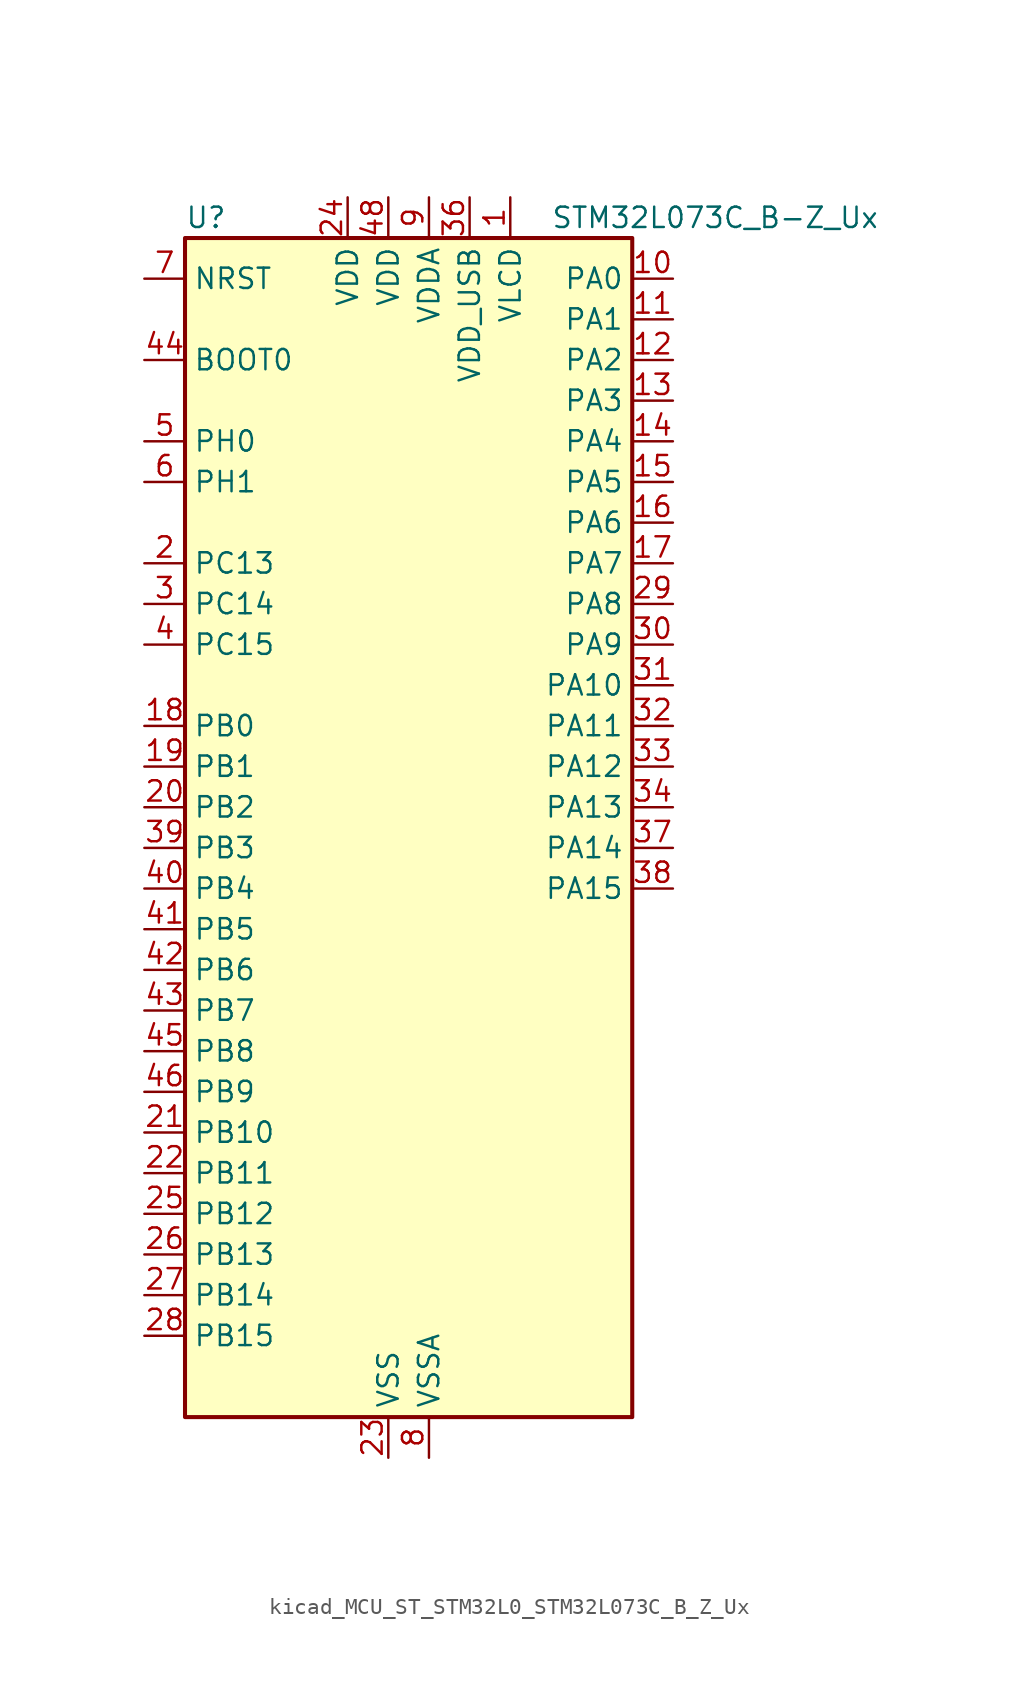
<source format=kicad_sym>
(kicad_symbol_lib
  (version 20220914)
  (generator kicad_symbol_editor)
  (symbol "kicad_MCU_ST_STM32L0_STM32L073C_B_Z_Ux"
    (property "Reference" "U"
      (at -12.7 39.37 0)
      (effects (font (size 1.27 1.27)) (justify left)))
    (property "Value" "STM32L073C_B-Z_Ux"
      (at 10.16 39.37 0)
      (effects (font (size 1.27 1.27)) (justify left)))
    (property "ki_locked" ""
      (at 0 0 0)
      (effects (font (size 1.27 1.27))))
    (symbol "kicad_MCU_ST_STM32L0_STM32L073C_B_Z_Ux_0_1"
      (rectangle (start -12.7 -35.56) (end 15.24 38.1) (stroke (width 0.254) (type default)) (fill (type background))))
    (symbol "kicad_MCU_ST_STM32L0_STM32L073C_B_Z_Ux_1_1"
      (pin power_in line (at 7.62 40.64 270) (length 2.54) (name "VLCD" (effects (font (size 1.27 1.27)))) (number "1" (effects (font (size 1.27 1.27)))))
      (pin bidirectional line (at 17.78 35.56 180) (length 2.54) (name "PA0" (effects (font (size 1.27 1.27)))) (number "10" (effects (font (size 1.27 1.27)))) (alternate "ADC_IN0" bidirectional line) (alternate "COMP1_INM" bidirectional line) (alternate "COMP1_OUT" bidirectional line) (alternate "RTC_TAMP2" bidirectional line) (alternate "SYS_WKUP1" bidirectional line) (alternate "TIM2_CH1" bidirectional line) (alternate "TIM2_ETR" bidirectional line) (alternate "TSC_G1_IO1" bidirectional line) (alternate "USART2_CTS" bidirectional line) (alternate "USART4_TX" bidirectional line))
      (pin bidirectional line (at 17.78 33.02 180) (length 2.54) (name "PA1" (effects (font (size 1.27 1.27)))) (number "11" (effects (font (size 1.27 1.27)))) (alternate "ADC_IN1" bidirectional line) (alternate "COMP1_INP" bidirectional line) (alternate "LCD_SEG0" bidirectional line) (alternate "TIM21_ETR" bidirectional line) (alternate "TIM2_CH2" bidirectional line) (alternate "TSC_G1_IO2" bidirectional line) (alternate "USART2_DE" bidirectional line) (alternate "USART2_RTS" bidirectional line) (alternate "USART4_RX" bidirectional line))
      (pin bidirectional line (at 17.78 30.48 180) (length 2.54) (name "PA2" (effects (font (size 1.27 1.27)))) (number "12" (effects (font (size 1.27 1.27)))) (alternate "ADC_IN2" bidirectional line) (alternate "COMP2_INM" bidirectional line) (alternate "COMP2_OUT" bidirectional line) (alternate "LCD_SEG1" bidirectional line) (alternate "LPUART1_TX" bidirectional line) (alternate "TIM21_CH1" bidirectional line) (alternate "TIM2_CH3" bidirectional line) (alternate "TSC_G1_IO3" bidirectional line) (alternate "USART2_TX" bidirectional line))
      (pin bidirectional line (at 17.78 27.94 180) (length 2.54) (name "PA3" (effects (font (size 1.27 1.27)))) (number "13" (effects (font (size 1.27 1.27)))) (alternate "ADC_IN3" bidirectional line) (alternate "COMP2_INP" bidirectional line) (alternate "LCD_SEG2" bidirectional line) (alternate "LPUART1_RX" bidirectional line) (alternate "TIM21_CH2" bidirectional line) (alternate "TIM2_CH4" bidirectional line) (alternate "TSC_G1_IO4" bidirectional line) (alternate "USART2_RX" bidirectional line))
      (pin bidirectional line (at 17.78 25.4 180) (length 2.54) (name "PA4" (effects (font (size 1.27 1.27)))) (number "14" (effects (font (size 1.27 1.27)))) (alternate "ADC_IN4" bidirectional line) (alternate "COMP1_INM" bidirectional line) (alternate "COMP2_INM" bidirectional line) (alternate "DAC_OUT1" bidirectional line) (alternate "SPI1_NSS" bidirectional line) (alternate "TIM22_ETR" bidirectional line) (alternate "TSC_G2_IO1" bidirectional line) (alternate "USART2_CK" bidirectional line))
      (pin bidirectional line (at 17.78 22.86 180) (length 2.54) (name "PA5" (effects (font (size 1.27 1.27)))) (number "15" (effects (font (size 1.27 1.27)))) (alternate "ADC_IN5" bidirectional line) (alternate "COMP1_INM" bidirectional line) (alternate "COMP2_INM" bidirectional line) (alternate "DAC_OUT2" bidirectional line) (alternate "SPI1_SCK" bidirectional line) (alternate "TIM2_CH1" bidirectional line) (alternate "TIM2_ETR" bidirectional line) (alternate "TSC_G2_IO2" bidirectional line))
      (pin bidirectional line (at 17.78 20.32 180) (length 2.54) (name "PA6" (effects (font (size 1.27 1.27)))) (number "16" (effects (font (size 1.27 1.27)))) (alternate "ADC_IN6" bidirectional line) (alternate "COMP1_OUT" bidirectional line) (alternate "LCD_SEG3" bidirectional line) (alternate "LPUART1_CTS" bidirectional line) (alternate "SPI1_MISO" bidirectional line) (alternate "TIM22_CH1" bidirectional line) (alternate "TIM3_CH1" bidirectional line) (alternate "TSC_G2_IO3" bidirectional line))
      (pin bidirectional line (at 17.78 17.78 180) (length 2.54) (name "PA7" (effects (font (size 1.27 1.27)))) (number "17" (effects (font (size 1.27 1.27)))) (alternate "ADC_IN7" bidirectional line) (alternate "COMP2_OUT" bidirectional line) (alternate "LCD_SEG4" bidirectional line) (alternate "SPI1_MOSI" bidirectional line) (alternate "TIM22_CH2" bidirectional line) (alternate "TIM3_CH2" bidirectional line) (alternate "TSC_G2_IO4" bidirectional line))
      (pin bidirectional line (at -15.24 7.62 0) (length 2.54) (name "PB0" (effects (font (size 1.27 1.27)))) (number "18" (effects (font (size 1.27 1.27)))) (alternate "ADC_IN8" bidirectional line) (alternate "LCD_SEG5" bidirectional line) (alternate "LCD_VLCD3" bidirectional line) (alternate "SYS_VREF_OUT_PB0" bidirectional line) (alternate "TIM3_CH3" bidirectional line) (alternate "TSC_G3_IO2" bidirectional line))
      (pin bidirectional line (at -15.24 5.08 0) (length 2.54) (name "PB1" (effects (font (size 1.27 1.27)))) (number "19" (effects (font (size 1.27 1.27)))) (alternate "ADC_IN9" bidirectional line) (alternate "LCD_SEG6" bidirectional line) (alternate "LPUART1_DE" bidirectional line) (alternate "LPUART1_RTS" bidirectional line) (alternate "SYS_VREF_OUT_PB1" bidirectional line) (alternate "TIM3_CH4" bidirectional line) (alternate "TSC_G3_IO3" bidirectional line))
      (pin bidirectional line (at -15.24 17.78 0) (length 2.54) (name "PC13" (effects (font (size 1.27 1.27)))) (number "2" (effects (font (size 1.27 1.27)))) (alternate "RTC_OUT_ALARM" bidirectional line) (alternate "RTC_OUT_CALIB" bidirectional line) (alternate "RTC_TAMP1" bidirectional line) (alternate "RTC_TS" bidirectional line) (alternate "SYS_WKUP2" bidirectional line))
      (pin bidirectional line (at -15.24 2.54 0) (length 2.54) (name "PB2" (effects (font (size 1.27 1.27)))) (number "20" (effects (font (size 1.27 1.27)))) (alternate "I2C3_SMBA" bidirectional line) (alternate "LCD_VLCD2" bidirectional line) (alternate "LPTIM1_OUT" bidirectional line) (alternate "TSC_G3_IO4" bidirectional line))
      (pin bidirectional line (at -15.24 -17.78 0) (length 2.54) (name "PB10" (effects (font (size 1.27 1.27)))) (number "21" (effects (font (size 1.27 1.27)))) (alternate "I2C2_SCL" bidirectional line) (alternate "LCD_SEG10" bidirectional line) (alternate "LPUART1_RX" bidirectional line) (alternate "LPUART1_TX" bidirectional line) (alternate "SPI2_SCK" bidirectional line) (alternate "TIM2_CH3" bidirectional line) (alternate "TSC_SYNC" bidirectional line))
      (pin bidirectional line (at -15.24 -20.32 0) (length 2.54) (name "PB11" (effects (font (size 1.27 1.27)))) (number "22" (effects (font (size 1.27 1.27)))) (alternate "ADC_EXTI11" bidirectional line) (alternate "I2C2_SDA" bidirectional line) (alternate "LCD_SEG11" bidirectional line) (alternate "LPUART1_RX" bidirectional line) (alternate "LPUART1_TX" bidirectional line) (alternate "TIM2_CH4" bidirectional line) (alternate "TSC_G6_IO1" bidirectional line))
      (pin power_in line (at 0 -38.1 90) (length 2.54) (name "VSS" (effects (font (size 1.27 1.27)))) (number "23" (effects (font (size 1.27 1.27)))))
      (pin power_in line (at -2.54 40.64 270) (length 2.54) (name "VDD" (effects (font (size 1.27 1.27)))) (number "24" (effects (font (size 1.27 1.27)))))
      (pin bidirectional line (at -15.24 -22.86 0) (length 2.54) (name "PB12" (effects (font (size 1.27 1.27)))) (number "25" (effects (font (size 1.27 1.27)))) (alternate "I2S2_WS" bidirectional line) (alternate "LCD_SEG12" bidirectional line) (alternate "LCD_VLCD2" bidirectional line) (alternate "LPUART1_DE" bidirectional line) (alternate "LPUART1_RTS" bidirectional line) (alternate "SPI2_NSS" bidirectional line) (alternate "TSC_G6_IO2" bidirectional line))
      (pin bidirectional line (at -15.24 -25.4 0) (length 2.54) (name "PB13" (effects (font (size 1.27 1.27)))) (number "26" (effects (font (size 1.27 1.27)))) (alternate "I2C2_SCL" bidirectional line) (alternate "I2S2_CK" bidirectional line) (alternate "LCD_SEG13" bidirectional line) (alternate "LPUART1_CTS" bidirectional line) (alternate "RCC_MCO" bidirectional line) (alternate "SPI2_SCK" bidirectional line) (alternate "TIM21_CH1" bidirectional line) (alternate "TSC_G6_IO3" bidirectional line))
      (pin bidirectional line (at -15.24 -27.94 0) (length 2.54) (name "PB14" (effects (font (size 1.27 1.27)))) (number "27" (effects (font (size 1.27 1.27)))) (alternate "I2C2_SDA" bidirectional line) (alternate "I2S2_MCK" bidirectional line) (alternate "LCD_SEG14" bidirectional line) (alternate "LPUART1_DE" bidirectional line) (alternate "LPUART1_RTS" bidirectional line) (alternate "RTC_OUT_ALARM" bidirectional line) (alternate "RTC_OUT_CALIB" bidirectional line) (alternate "SPI2_MISO" bidirectional line) (alternate "TIM21_CH2" bidirectional line) (alternate "TSC_G6_IO4" bidirectional line))
      (pin bidirectional line (at -15.24 -30.48 0) (length 2.54) (name "PB15" (effects (font (size 1.27 1.27)))) (number "28" (effects (font (size 1.27 1.27)))) (alternate "I2S2_SD" bidirectional line) (alternate "LCD_SEG15" bidirectional line) (alternate "RTC_REFIN" bidirectional line) (alternate "SPI2_MOSI" bidirectional line))
      (pin bidirectional line (at 17.78 15.24 180) (length 2.54) (name "PA8" (effects (font (size 1.27 1.27)))) (number "29" (effects (font (size 1.27 1.27)))) (alternate "CRS_SYNC" bidirectional line) (alternate "I2C3_SCL" bidirectional line) (alternate "LCD_COM0" bidirectional line) (alternate "RCC_MCO" bidirectional line) (alternate "USART1_CK" bidirectional line))
      (pin bidirectional line (at -15.24 15.24 0) (length 2.54) (name "PC14" (effects (font (size 1.27 1.27)))) (number "3" (effects (font (size 1.27 1.27)))) (alternate "RCC_OSC32_IN" bidirectional line))
      (pin bidirectional line (at 17.78 12.7 180) (length 2.54) (name "PA9" (effects (font (size 1.27 1.27)))) (number "30" (effects (font (size 1.27 1.27)))) (alternate "DAC_EXTI9" bidirectional line) (alternate "I2C1_SCL" bidirectional line) (alternate "I2C3_SMBA" bidirectional line) (alternate "LCD_COM1" bidirectional line) (alternate "RCC_MCO" bidirectional line) (alternate "TSC_G4_IO1" bidirectional line) (alternate "USART1_TX" bidirectional line))
      (pin bidirectional line (at 17.78 10.16 180) (length 2.54) (name "PA10" (effects (font (size 1.27 1.27)))) (number "31" (effects (font (size 1.27 1.27)))) (alternate "I2C1_SDA" bidirectional line) (alternate "LCD_COM2" bidirectional line) (alternate "TSC_G4_IO2" bidirectional line) (alternate "USART1_RX" bidirectional line))
      (pin bidirectional line (at 17.78 7.62 180) (length 2.54) (name "PA11" (effects (font (size 1.27 1.27)))) (number "32" (effects (font (size 1.27 1.27)))) (alternate "ADC_EXTI11" bidirectional line) (alternate "COMP1_OUT" bidirectional line) (alternate "SPI1_MISO" bidirectional line) (alternate "TSC_G4_IO3" bidirectional line) (alternate "USART1_CTS" bidirectional line) (alternate "USB_DM" bidirectional line))
      (pin bidirectional line (at 17.78 5.08 180) (length 2.54) (name "PA12" (effects (font (size 1.27 1.27)))) (number "33" (effects (font (size 1.27 1.27)))) (alternate "COMP2_OUT" bidirectional line) (alternate "SPI1_MOSI" bidirectional line) (alternate "TSC_G4_IO4" bidirectional line) (alternate "USART1_DE" bidirectional line) (alternate "USART1_RTS" bidirectional line) (alternate "USB_DP" bidirectional line))
      (pin bidirectional line (at 17.78 2.54 180) (length 2.54) (name "PA13" (effects (font (size 1.27 1.27)))) (number "34" (effects (font (size 1.27 1.27)))) (alternate "LPUART1_RX" bidirectional line) (alternate "SYS_SWDIO" bidirectional line) (alternate "USB_NOE" bidirectional line))
      (pin passive line (at 0 -38.1 90) (length 2.54) hide (name "VSS" (effects (font (size 1.27 1.27)))) (number "35" (effects (font (size 1.27 1.27)))))
      (pin power_in line (at 5.08 40.64 270) (length 2.54) (name "VDD_USB" (effects (font (size 1.27 1.27)))) (number "36" (effects (font (size 1.27 1.27)))))
      (pin bidirectional line (at 17.78 0 180) (length 2.54) (name "PA14" (effects (font (size 1.27 1.27)))) (number "37" (effects (font (size 1.27 1.27)))) (alternate "LPUART1_TX" bidirectional line) (alternate "SYS_SWCLK" bidirectional line) (alternate "USART2_TX" bidirectional line))
      (pin bidirectional line (at 17.78 -2.54 180) (length 2.54) (name "PA15" (effects (font (size 1.27 1.27)))) (number "38" (effects (font (size 1.27 1.27)))) (alternate "LCD_SEG17" bidirectional line) (alternate "SPI1_NSS" bidirectional line) (alternate "TIM2_CH1" bidirectional line) (alternate "TIM2_ETR" bidirectional line) (alternate "USART2_RX" bidirectional line) (alternate "USART4_DE" bidirectional line) (alternate "USART4_RTS" bidirectional line))
      (pin bidirectional line (at -15.24 0 0) (length 2.54) (name "PB3" (effects (font (size 1.27 1.27)))) (number "39" (effects (font (size 1.27 1.27)))) (alternate "COMP2_INM" bidirectional line) (alternate "LCD_SEG7" bidirectional line) (alternate "SPI1_SCK" bidirectional line) (alternate "TIM2_CH2" bidirectional line) (alternate "TSC_G5_IO1" bidirectional line) (alternate "USART1_DE" bidirectional line) (alternate "USART1_RTS" bidirectional line) (alternate "USART5_TX" bidirectional line))
      (pin bidirectional line (at -15.24 12.7 0) (length 2.54) (name "PC15" (effects (font (size 1.27 1.27)))) (number "4" (effects (font (size 1.27 1.27)))) (alternate "RCC_OSC32_OUT" bidirectional line))
      (pin bidirectional line (at -15.24 -2.54 0) (length 2.54) (name "PB4" (effects (font (size 1.27 1.27)))) (number "40" (effects (font (size 1.27 1.27)))) (alternate "COMP2_INP" bidirectional line) (alternate "I2C3_SDA" bidirectional line) (alternate "LCD_SEG8" bidirectional line) (alternate "SPI1_MISO" bidirectional line) (alternate "TIM22_CH1" bidirectional line) (alternate "TIM3_CH1" bidirectional line) (alternate "TSC_G5_IO2" bidirectional line) (alternate "USART1_CTS" bidirectional line) (alternate "USART5_RX" bidirectional line))
      (pin bidirectional line (at -15.24 -5.08 0) (length 2.54) (name "PB5" (effects (font (size 1.27 1.27)))) (number "41" (effects (font (size 1.27 1.27)))) (alternate "COMP2_INP" bidirectional line) (alternate "I2C1_SMBA" bidirectional line) (alternate "LCD_SEG9" bidirectional line) (alternate "LPTIM1_IN1" bidirectional line) (alternate "SPI1_MOSI" bidirectional line) (alternate "TIM22_CH2" bidirectional line) (alternate "TIM3_CH2" bidirectional line) (alternate "USART1_CK" bidirectional line) (alternate "USART5_CK" bidirectional line) (alternate "USART5_DE" bidirectional line) (alternate "USART5_RTS" bidirectional line))
      (pin bidirectional line (at -15.24 -7.62 0) (length 2.54) (name "PB6" (effects (font (size 1.27 1.27)))) (number "42" (effects (font (size 1.27 1.27)))) (alternate "COMP2_INP" bidirectional line) (alternate "I2C1_SCL" bidirectional line) (alternate "LPTIM1_ETR" bidirectional line) (alternate "TSC_G5_IO3" bidirectional line) (alternate "USART1_TX" bidirectional line))
      (pin bidirectional line (at -15.24 -10.16 0) (length 2.54) (name "PB7" (effects (font (size 1.27 1.27)))) (number "43" (effects (font (size 1.27 1.27)))) (alternate "COMP2_INP" bidirectional line) (alternate "I2C1_SDA" bidirectional line) (alternate "LPTIM1_IN2" bidirectional line) (alternate "SYS_PVD_IN" bidirectional line) (alternate "TSC_G5_IO4" bidirectional line) (alternate "USART1_RX" bidirectional line) (alternate "USART4_CTS" bidirectional line))
      (pin input line (at -15.24 30.48 0) (length 2.54) (name "BOOT0" (effects (font (size 1.27 1.27)))) (number "44" (effects (font (size 1.27 1.27)))))
      (pin bidirectional line (at -15.24 -12.7 0) (length 2.54) (name "PB8" (effects (font (size 1.27 1.27)))) (number "45" (effects (font (size 1.27 1.27)))) (alternate "I2C1_SCL" bidirectional line) (alternate "LCD_SEG16" bidirectional line) (alternate "TSC_SYNC" bidirectional line))
      (pin bidirectional line (at -15.24 -15.24 0) (length 2.54) (name "PB9" (effects (font (size 1.27 1.27)))) (number "46" (effects (font (size 1.27 1.27)))) (alternate "DAC_EXTI9" bidirectional line) (alternate "I2C1_SDA" bidirectional line) (alternate "I2S2_WS" bidirectional line) (alternate "LCD_COM3" bidirectional line) (alternate "SPI2_NSS" bidirectional line))
      (pin passive line (at 0 -38.1 90) (length 2.54) hide (name "VSS" (effects (font (size 1.27 1.27)))) (number "47" (effects (font (size 1.27 1.27)))))
      (pin power_in line (at 0 40.64 270) (length 2.54) (name "VDD" (effects (font (size 1.27 1.27)))) (number "48" (effects (font (size 1.27 1.27)))))
      (pin passive line (at 0 -38.1 90) (length 2.54) hide (name "VSS" (effects (font (size 1.27 1.27)))) (number "49" (effects (font (size 1.27 1.27)))))
      (pin bidirectional line (at -15.24 25.4 0) (length 2.54) (name "PH0" (effects (font (size 1.27 1.27)))) (number "5" (effects (font (size 1.27 1.27)))) (alternate "CRS_SYNC" bidirectional line) (alternate "RCC_OSC_IN" bidirectional line))
      (pin bidirectional line (at -15.24 22.86 0) (length 2.54) (name "PH1" (effects (font (size 1.27 1.27)))) (number "6" (effects (font (size 1.27 1.27)))) (alternate "RCC_OSC_OUT" bidirectional line))
      (pin input line (at -15.24 35.56 0) (length 2.54) (name "NRST" (effects (font (size 1.27 1.27)))) (number "7" (effects (font (size 1.27 1.27)))))
      (pin power_in line (at 2.54 -38.1 90) (length 2.54) (name "VSSA" (effects (font (size 1.27 1.27)))) (number "8" (effects (font (size 1.27 1.27)))))
      (pin power_in line (at 2.54 40.64 270) (length 2.54) (name "VDDA" (effects (font (size 1.27 1.27)))) (number "9" (effects (font (size 1.27 1.27))))))))
</source>
